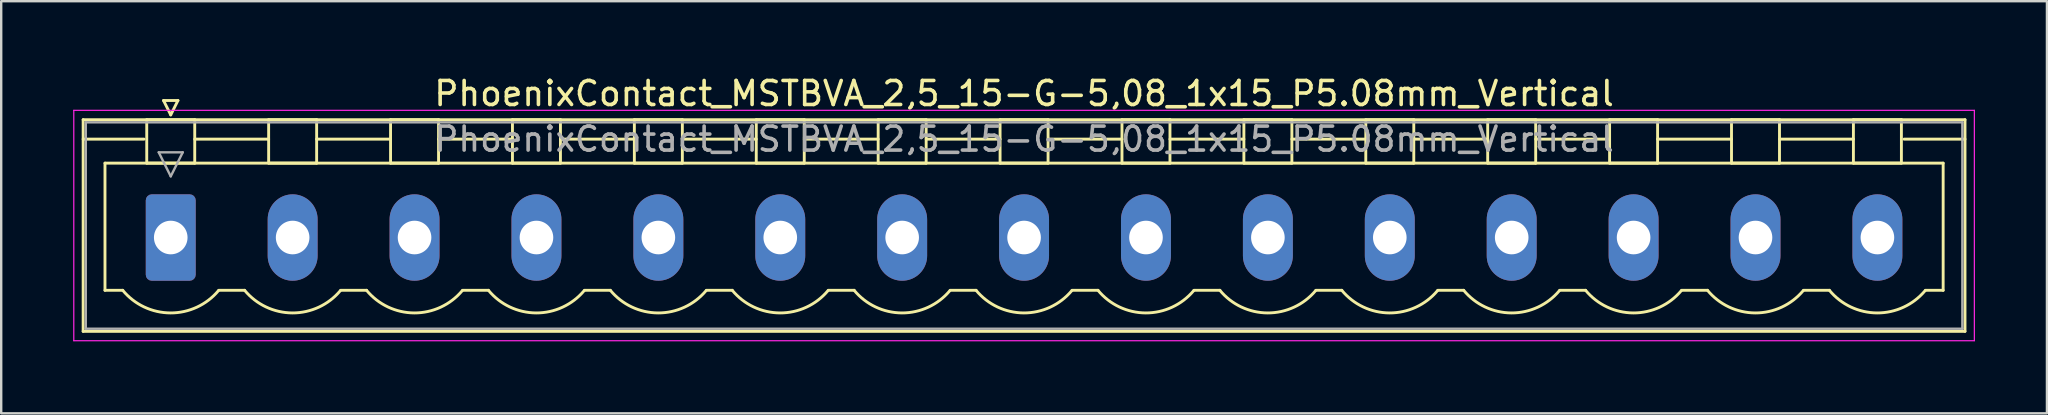
<source format=kicad_pcb>
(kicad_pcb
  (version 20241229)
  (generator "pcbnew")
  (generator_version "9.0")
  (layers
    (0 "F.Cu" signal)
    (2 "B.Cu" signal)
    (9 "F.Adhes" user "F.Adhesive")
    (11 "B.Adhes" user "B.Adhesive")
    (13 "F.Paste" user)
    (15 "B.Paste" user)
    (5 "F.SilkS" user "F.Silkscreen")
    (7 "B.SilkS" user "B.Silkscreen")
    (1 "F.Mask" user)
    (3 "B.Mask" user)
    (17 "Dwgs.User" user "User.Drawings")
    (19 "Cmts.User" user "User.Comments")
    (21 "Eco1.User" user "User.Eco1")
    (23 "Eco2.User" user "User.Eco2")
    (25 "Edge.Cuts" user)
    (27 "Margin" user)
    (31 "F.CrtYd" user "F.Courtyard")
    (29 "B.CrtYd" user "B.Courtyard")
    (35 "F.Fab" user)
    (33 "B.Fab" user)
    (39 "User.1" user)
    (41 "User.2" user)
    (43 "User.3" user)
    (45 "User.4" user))
  (footprint "PhoenixContact_MSTBVA_2,5_15-G-5,08_1x15_P5.08mm_Vertical"
    (layer "F.Cu")
    (at 4.065 6.848)
    (property "Reference" "PhoenixContact_MSTBVA_2,5_15-G-5,08_1x15_P5.08mm_Vertical" (at 35.56 -6 0) (layer "F.SilkS") (effects (font (size 1 1) (thickness 0.15))))
    (attr through_hole)
    (fp_line (start -3.65 -4.91) (end -3.65 3.91) (stroke (width 0.12) (type solid)) (layer "F.SilkS"))
    (fp_line (start -3.65 -4.1) (end -1.11 -4.1) (stroke (width 0.12) (type solid)) (layer "F.SilkS"))
    (fp_line (start -3.65 3.91) (end 74.77 3.91) (stroke (width 0.12) (type solid)) (layer "F.SilkS"))
    (fp_line (start -2.74 -3.1) (end 73.86 -3.1) (stroke (width 0.12) (type solid)) (layer "F.SilkS"))
    (fp_line (start -2.74 2.2) (end -2.74 -3.1) (stroke (width 0.12) (type solid)) (layer "F.SilkS"))
    (fp_line (start -2 2.2) (end -2.74 2.2) (stroke (width 0.12) (type solid)) (layer "F.SilkS"))
    (fp_line (start -1 -4.91) (end 1 -4.91) (stroke (width 0.12) (type solid)) (layer "F.SilkS"))
    (fp_line (start -1 -3.1) (end -1 -4.91) (stroke (width 0.12) (type solid)) (layer "F.SilkS"))
    (fp_line (start -0.3 -5.71) (end 0.3 -5.71) (stroke (width 0.12) (type solid)) (layer "F.SilkS"))
    (fp_line (start 0 -5.11) (end -0.3 -5.71) (stroke (width 0.12) (type solid)) (layer "F.SilkS"))
    (fp_line (start 0.3 -5.71) (end 0 -5.11) (stroke (width 0.12) (type solid)) (layer "F.SilkS"))
    (fp_line (start 1 -4.91) (end 1 -3.1) (stroke (width 0.12) (type solid)) (layer "F.SilkS"))
    (fp_line (start 1 -4.1) (end 4.08 -4.1) (stroke (width 0.12) (type solid)) (layer "F.SilkS"))
    (fp_line (start 1 -3.1) (end -1 -3.1) (stroke (width 0.12) (type solid)) (layer "F.SilkS"))
    (fp_line (start 2 2.2) (end 3.08 2.2) (stroke (width 0.12) (type solid)) (layer "F.SilkS"))
    (fp_line (start 4.08 -4.91) (end 6.08 -4.91) (stroke (width 0.12) (type solid)) (layer "F.SilkS"))
    (fp_line (start 4.08 -3.1) (end 4.08 -4.91) (stroke (width 0.12) (type solid)) (layer "F.SilkS"))
    (fp_line (start 6.08 -4.91) (end 6.08 -3.1) (stroke (width 0.12) (type solid)) (layer "F.SilkS"))
    (fp_line (start 6.08 -4.1) (end 9.16 -4.1) (stroke (width 0.12) (type solid)) (layer "F.SilkS"))
    (fp_line (start 6.08 -3.1) (end 4.08 -3.1) (stroke (width 0.12) (type solid)) (layer "F.SilkS"))
    (fp_line (start 7.08 2.2) (end 8.16 2.2) (stroke (width 0.12) (type solid)) (layer "F.SilkS"))
    (fp_line (start 9.16 -4.91) (end 11.16 -4.91) (stroke (width 0.12) (type solid)) (layer "F.SilkS"))
    (fp_line (start 9.16 -3.1) (end 9.16 -4.91) (stroke (width 0.12) (type solid)) (layer "F.SilkS"))
    (fp_line (start 11.16 -4.91) (end 11.16 -3.1) (stroke (width 0.12) (type solid)) (layer "F.SilkS"))
    (fp_line (start 11.16 -4.1) (end 14.24 -4.1) (stroke (width 0.12) (type solid)) (layer "F.SilkS"))
    (fp_line (start 11.16 -3.1) (end 9.16 -3.1) (stroke (width 0.12) (type solid)) (layer "F.SilkS"))
    (fp_line (start 12.16 2.2) (end 13.24 2.2) (stroke (width 0.12) (type solid)) (layer "F.SilkS"))
    (fp_line (start 14.24 -4.91) (end 16.24 -4.91) (stroke (width 0.12) (type solid)) (layer "F.SilkS"))
    (fp_line (start 14.24 -3.1) (end 14.24 -4.91) (stroke (width 0.12) (type solid)) (layer "F.SilkS"))
    (fp_line (start 16.24 -4.91) (end 16.24 -3.1) (stroke (width 0.12) (type solid)) (layer "F.SilkS"))
    (fp_line (start 16.24 -4.1) (end 19.32 -4.1) (stroke (width 0.12) (type solid)) (layer "F.SilkS"))
    (fp_line (start 16.24 -3.1) (end 14.24 -3.1) (stroke (width 0.12) (type solid)) (layer "F.SilkS"))
    (fp_line (start 17.24 2.2) (end 18.32 2.2) (stroke (width 0.12) (type solid)) (layer "F.SilkS"))
    (fp_line (start 19.32 -4.91) (end 21.32 -4.91) (stroke (width 0.12) (type solid)) (layer "F.SilkS"))
    (fp_line (start 19.32 -3.1) (end 19.32 -4.91) (stroke (width 0.12) (type solid)) (layer "F.SilkS"))
    (fp_line (start 21.32 -4.91) (end 21.32 -3.1) (stroke (width 0.12) (type solid)) (layer "F.SilkS"))
    (fp_line (start 21.32 -4.1) (end 24.4 -4.1) (stroke (width 0.12) (type solid)) (layer "F.SilkS"))
    (fp_line (start 21.32 -3.1) (end 19.32 -3.1) (stroke (width 0.12) (type solid)) (layer "F.SilkS"))
    (fp_line (start 22.32 2.2) (end 23.4 2.2) (stroke (width 0.12) (type solid)) (layer "F.SilkS"))
    (fp_line (start 24.4 -4.91) (end 26.4 -4.91) (stroke (width 0.12) (type solid)) (layer "F.SilkS"))
    (fp_line (start 24.4 -3.1) (end 24.4 -4.91) (stroke (width 0.12) (type solid)) (layer "F.SilkS"))
    (fp_line (start 26.4 -4.91) (end 26.4 -3.1) (stroke (width 0.12) (type solid)) (layer "F.SilkS"))
    (fp_line (start 26.4 -4.1) (end 29.48 -4.1) (stroke (width 0.12) (type solid)) (layer "F.SilkS"))
    (fp_line (start 26.4 -3.1) (end 24.4 -3.1) (stroke (width 0.12) (type solid)) (layer "F.SilkS"))
    (fp_line (start 27.4 2.2) (end 28.48 2.2) (stroke (width 0.12) (type solid)) (layer "F.SilkS"))
    (fp_line (start 29.48 -4.91) (end 31.48 -4.91) (stroke (width 0.12) (type solid)) (layer "F.SilkS"))
    (fp_line (start 29.48 -3.1) (end 29.48 -4.91) (stroke (width 0.12) (type solid)) (layer "F.SilkS"))
    (fp_line (start 31.48 -4.91) (end 31.48 -3.1) (stroke (width 0.12) (type solid)) (layer "F.SilkS"))
    (fp_line (start 31.48 -4.1) (end 34.56 -4.1) (stroke (width 0.12) (type solid)) (layer "F.SilkS"))
    (fp_line (start 31.48 -3.1) (end 29.48 -3.1) (stroke (width 0.12) (type solid)) (layer "F.SilkS"))
    (fp_line (start 32.48 2.2) (end 33.56 2.2) (stroke (width 0.12) (type solid)) (layer "F.SilkS"))
    (fp_line (start 34.56 -4.91) (end 36.56 -4.91) (stroke (width 0.12) (type solid)) (layer "F.SilkS"))
    (fp_line (start 34.56 -3.1) (end 34.56 -4.91) (stroke (width 0.12) (type solid)) (layer "F.SilkS"))
    (fp_line (start 36.56 -4.91) (end 36.56 -3.1) (stroke (width 0.12) (type solid)) (layer "F.SilkS"))
    (fp_line (start 36.56 -4.1) (end 39.64 -4.1) (stroke (width 0.12) (type solid)) (layer "F.SilkS"))
    (fp_line (start 36.56 -3.1) (end 34.56 -3.1) (stroke (width 0.12) (type solid)) (layer "F.SilkS"))
    (fp_line (start 37.56 2.2) (end 38.64 2.2) (stroke (width 0.12) (type solid)) (layer "F.SilkS"))
    (fp_line (start 39.64 -4.91) (end 41.64 -4.91) (stroke (width 0.12) (type solid)) (layer "F.SilkS"))
    (fp_line (start 39.64 -3.1) (end 39.64 -4.91) (stroke (width 0.12) (type solid)) (layer "F.SilkS"))
    (fp_line (start 41.64 -4.91) (end 41.64 -3.1) (stroke (width 0.12) (type solid)) (layer "F.SilkS"))
    (fp_line (start 41.64 -4.1) (end 44.72 -4.1) (stroke (width 0.12) (type solid)) (layer "F.SilkS"))
    (fp_line (start 41.64 -3.1) (end 39.64 -3.1) (stroke (width 0.12) (type solid)) (layer "F.SilkS"))
    (fp_line (start 42.64 2.2) (end 43.72 2.2) (stroke (width 0.12) (type solid)) (layer "F.SilkS"))
    (fp_line (start 44.72 -4.91) (end 46.72 -4.91) (stroke (width 0.12) (type solid)) (layer "F.SilkS"))
    (fp_line (start 44.72 -3.1) (end 44.72 -4.91) (stroke (width 0.12) (type solid)) (layer "F.SilkS"))
    (fp_line (start 46.72 -4.91) (end 46.72 -3.1) (stroke (width 0.12) (type solid)) (layer "F.SilkS"))
    (fp_line (start 46.72 -4.1) (end 49.8 -4.1) (stroke (width 0.12) (type solid)) (layer "F.SilkS"))
    (fp_line (start 46.72 -3.1) (end 44.72 -3.1) (stroke (width 0.12) (type solid)) (layer "F.SilkS"))
    (fp_line (start 47.72 2.2) (end 48.8 2.2) (stroke (width 0.12) (type solid)) (layer "F.SilkS"))
    (fp_line (start 49.8 -4.91) (end 51.8 -4.91) (stroke (width 0.12) (type solid)) (layer "F.SilkS"))
    (fp_line (start 49.8 -3.1) (end 49.8 -4.91) (stroke (width 0.12) (type solid)) (layer "F.SilkS"))
    (fp_line (start 51.8 -4.91) (end 51.8 -3.1) (stroke (width 0.12) (type solid)) (layer "F.SilkS"))
    (fp_line (start 51.8 -4.1) (end 54.88 -4.1) (stroke (width 0.12) (type solid)) (layer "F.SilkS"))
    (fp_line (start 51.8 -3.1) (end 49.8 -3.1) (stroke (width 0.12) (type solid)) (layer "F.SilkS"))
    (fp_line (start 52.8 2.2) (end 53.88 2.2) (stroke (width 0.12) (type solid)) (layer "F.SilkS"))
    (fp_line (start 54.88 -4.91) (end 56.88 -4.91) (stroke (width 0.12) (type solid)) (layer "F.SilkS"))
    (fp_line (start 54.88 -3.1) (end 54.88 -4.91) (stroke (width 0.12) (type solid)) (layer "F.SilkS"))
    (fp_line (start 56.88 -4.91) (end 56.88 -3.1) (stroke (width 0.12) (type solid)) (layer "F.SilkS"))
    (fp_line (start 56.88 -4.1) (end 59.96 -4.1) (stroke (width 0.12) (type solid)) (layer "F.SilkS"))
    (fp_line (start 56.88 -3.1) (end 54.88 -3.1) (stroke (width 0.12) (type solid)) (layer "F.SilkS"))
    (fp_line (start 57.88 2.2) (end 58.96 2.2) (stroke (width 0.12) (type solid)) (layer "F.SilkS"))
    (fp_line (start 59.96 -4.91) (end 61.96 -4.91) (stroke (width 0.12) (type solid)) (layer "F.SilkS"))
    (fp_line (start 59.96 -3.1) (end 59.96 -4.91) (stroke (width 0.12) (type solid)) (layer "F.SilkS"))
    (fp_line (start 61.96 -4.91) (end 61.96 -3.1) (stroke (width 0.12) (type solid)) (layer "F.SilkS"))
    (fp_line (start 61.96 -4.1) (end 65.04 -4.1) (stroke (width 0.12) (type solid)) (layer "F.SilkS"))
    (fp_line (start 61.96 -3.1) (end 59.96 -3.1) (stroke (width 0.12) (type solid)) (layer "F.SilkS"))
    (fp_line (start 62.96 2.2) (end 64.04 2.2) (stroke (width 0.12) (type solid)) (layer "F.SilkS"))
    (fp_line (start 65.04 -4.91) (end 67.04 -4.91) (stroke (width 0.12) (type solid)) (layer "F.SilkS"))
    (fp_line (start 65.04 -3.1) (end 65.04 -4.91) (stroke (width 0.12) (type solid)) (layer "F.SilkS"))
    (fp_line (start 67.04 -4.91) (end 67.04 -3.1) (stroke (width 0.12) (type solid)) (layer "F.SilkS"))
    (fp_line (start 67.04 -4.1) (end 70.12 -4.1) (stroke (width 0.12) (type solid)) (layer "F.SilkS"))
    (fp_line (start 67.04 -3.1) (end 65.04 -3.1) (stroke (width 0.12) (type solid)) (layer "F.SilkS"))
    (fp_line (start 68.04 2.2) (end 69.12 2.2) (stroke (width 0.12) (type solid)) (layer "F.SilkS"))
    (fp_line (start 70.12 -4.91) (end 72.12 -4.91) (stroke (width 0.12) (type solid)) (layer "F.SilkS"))
    (fp_line (start 70.12 -3.1) (end 70.12 -4.91) (stroke (width 0.12) (type solid)) (layer "F.SilkS"))
    (fp_line (start 72.12 -4.91) (end 72.12 -3.1) (stroke (width 0.12) (type solid)) (layer "F.SilkS"))
    (fp_line (start 72.12 -3.1) (end 70.12 -3.1) (stroke (width 0.12) (type solid)) (layer "F.SilkS"))
    (fp_line (start 73.86 -3.1) (end 73.86 2.2) (stroke (width 0.12) (type solid)) (layer "F.SilkS"))
    (fp_line (start 73.86 2.2) (end 73.12 2.2) (stroke (width 0.12) (type solid)) (layer "F.SilkS"))
    (fp_line (start 74.77 -4.91) (end -3.65 -4.91) (stroke (width 0.12) (type solid)) (layer "F.SilkS"))
    (fp_line (start 74.77 -4.1) (end 72.23 -4.1) (stroke (width 0.12) (type solid)) (layer "F.SilkS"))
    (fp_line (start 74.77 3.91) (end 74.77 -4.91) (stroke (width 0.12) (type solid)) (layer "F.SilkS"))
    (fp_arc (start 1.986842 2.215821) (mid -0.010289 3.142758) (end -2 2.2) (stroke (width 0.12) (type solid)) (layer "F.SilkS"))
    (fp_arc (start 7.066842 2.215821) (mid 5.069711 3.142758) (end 3.08 2.2) (stroke (width 0.12) (type solid)) (layer "F.SilkS"))
    (fp_arc (start 12.146842 2.215821) (mid 10.149711 3.142758) (end 8.16 2.2) (stroke (width 0.12) (type solid)) (layer "F.SilkS"))
    (fp_arc (start 17.226842 2.215821) (mid 15.229711 3.142758) (end 13.24 2.2) (stroke (width 0.12) (type solid)) (layer "F.SilkS"))
    (fp_arc (start 22.306842 2.215821) (mid 20.309711 3.142758) (end 18.32 2.2) (stroke (width 0.12) (type solid)) (layer "F.SilkS"))
    (fp_arc (start 27.386842 2.215821) (mid 25.389711 3.142758) (end 23.4 2.2) (stroke (width 0.12) (type solid)) (layer "F.SilkS"))
    (fp_arc (start 32.466842 2.215821) (mid 30.469711 3.142758) (end 28.48 2.2) (stroke (width 0.12) (type solid)) (layer "F.SilkS"))
    (fp_arc (start 37.546842 2.215821) (mid 35.549711 3.142758) (end 33.56 2.2) (stroke (width 0.12) (type solid)) (layer "F.SilkS"))
    (fp_arc (start 42.626842 2.215821) (mid 40.629711 3.142758) (end 38.64 2.2) (stroke (width 0.12) (type solid)) (layer "F.SilkS"))
    (fp_arc (start 47.706842 2.215821) (mid 45.709711 3.142758) (end 43.72 2.2) (stroke (width 0.12) (type solid)) (layer "F.SilkS"))
    (fp_arc (start 52.786842 2.215821) (mid 50.789711 3.142758) (end 48.8 2.2) (stroke (width 0.12) (type solid)) (layer "F.SilkS"))
    (fp_arc (start 57.866842 2.215821) (mid 55.869711 3.142758) (end 53.88 2.2) (stroke (width 0.12) (type solid)) (layer "F.SilkS"))
    (fp_arc (start 62.946842 2.215821) (mid 60.949711 3.142758) (end 58.96 2.2) (stroke (width 0.12) (type solid)) (layer "F.SilkS"))
    (fp_arc (start 68.026842 2.215821) (mid 66.029711 3.142758) (end 64.04 2.2) (stroke (width 0.12) (type solid)) (layer "F.SilkS"))
    (fp_arc (start 73.106842 2.215821) (mid 71.109711 3.142758) (end 69.12 2.2) (stroke (width 0.12) (type solid)) (layer "F.SilkS"))
    (fp_line (start -4.04 -5.3) (end -4.04 4.3) (stroke (width 0.05) (type solid)) (layer "F.CrtYd"))
    (fp_line (start -4.04 4.3) (end 75.16 4.3) (stroke (width 0.05) (type solid)) (layer "F.CrtYd"))
    (fp_line (start 75.16 -5.3) (end -4.04 -5.3) (stroke (width 0.05) (type solid)) (layer "F.CrtYd"))
    (fp_line (start 75.16 4.3) (end 75.16 -5.3) (stroke (width 0.05) (type solid)) (layer "F.CrtYd"))
    (fp_line (start -3.54 -4.8) (end -3.54 3.8) (stroke (width 0.1) (type solid)) (layer "F.Fab"))
    (fp_line (start -3.54 3.8) (end 74.66 3.8) (stroke (width 0.1) (type solid)) (layer "F.Fab"))
    (fp_line (start -0.5 -3.55) (end 0.5 -3.55) (stroke (width 0.1) (type solid)) (layer "F.Fab"))
    (fp_line (start 0 -2.55) (end -0.5 -3.55) (stroke (width 0.1) (type solid)) (layer "F.Fab"))
    (fp_line (start 0.5 -3.55) (end 0 -2.55) (stroke (width 0.1) (type solid)) (layer "F.Fab"))
    (fp_line (start 74.66 -4.8) (end -3.54 -4.8) (stroke (width 0.1) (type solid)) (layer "F.Fab"))
    (fp_line (start 74.66 3.8) (end 74.66 -4.8) (stroke (width 0.1) (type solid)) (layer "F.Fab"))
    (fp_text user "${REFERENCE}" (at 35.56 -4.1 0) (layer "F.Fab") (effects (font (size 1 1) (thickness 0.15))))
    (pad "1" thru_hole roundrect (at 0 0) (size 2.08 3.6) (drill 1.4) (layers "*.Cu" "*.Mask") (roundrect_rratio 0.12))
    (pad "2" thru_hole oval (at 5.08 0) (size 2.08 3.6) (drill 1.4) (layers "*.Cu" "*.Mask"))
    (pad "3" thru_hole oval (at 10.16 0) (size 2.08 3.6) (drill 1.4) (layers "*.Cu" "*.Mask"))
    (pad "4" thru_hole oval (at 15.24 0) (size 2.08 3.6) (drill 1.4) (layers "*.Cu" "*.Mask"))
    (pad "5" thru_hole oval (at 20.32 0) (size 2.08 3.6) (drill 1.4) (layers "*.Cu" "*.Mask"))
    (pad "6" thru_hole oval (at 25.4 0) (size 2.08 3.6) (drill 1.4) (layers "*.Cu" "*.Mask"))
    (pad "7" thru_hole oval (at 30.48 0) (size 2.08 3.6) (drill 1.4) (layers "*.Cu" "*.Mask"))
    (pad "8" thru_hole oval (at 35.56 0) (size 2.08 3.6) (drill 1.4) (layers "*.Cu" "*.Mask"))
    (pad "9" thru_hole oval (at 40.64 0) (size 2.08 3.6) (drill 1.4) (layers "*.Cu" "*.Mask"))
    (pad "10" thru_hole oval (at 45.72 0) (size 2.08 3.6) (drill 1.4) (layers "*.Cu" "*.Mask"))
    (pad "11" thru_hole oval (at 50.8 0) (size 2.08 3.6) (drill 1.4) (layers "*.Cu" "*.Mask"))
    (pad "12" thru_hole oval (at 55.88 0) (size 2.08 3.6) (drill 1.4) (layers "*.Cu" "*.Mask"))
    (pad "13" thru_hole oval (at 60.96 0) (size 2.08 3.6) (drill 1.4) (layers "*.Cu" "*.Mask"))
    (pad "14" thru_hole oval (at 66.04 0) (size 2.08 3.6) (drill 1.4) (layers "*.Cu" "*.Mask"))
    (pad "15" thru_hole oval (at 71.12 0) (size 2.08 3.6) (drill 1.4) (layers "*.Cu" "*.Mask")))
  (gr_rect
    (start -3 -3)
    (end 82.25 14.173)
    (stroke (width 0.1) (type default))
    (fill no)
    (layer "Edge.Cuts")))
</source>
